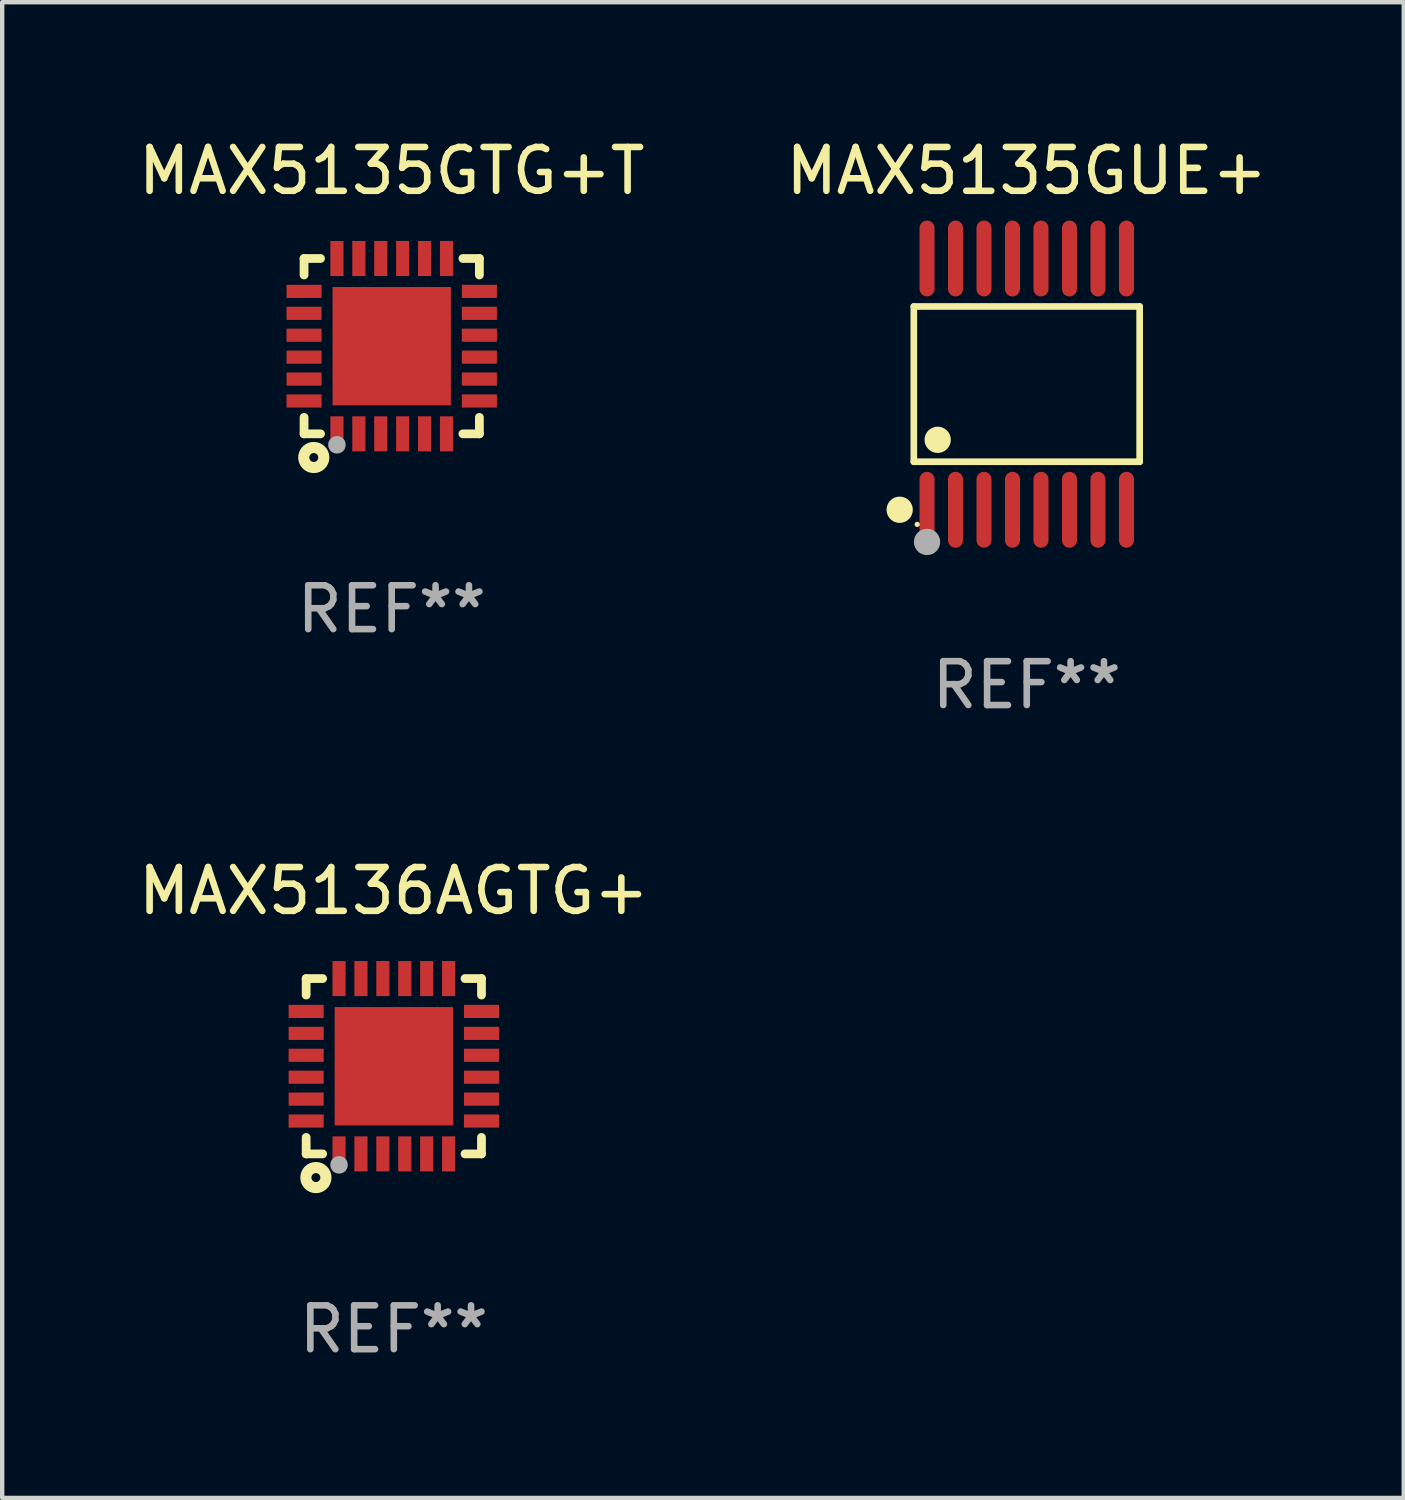
<source format=kicad_pcb>
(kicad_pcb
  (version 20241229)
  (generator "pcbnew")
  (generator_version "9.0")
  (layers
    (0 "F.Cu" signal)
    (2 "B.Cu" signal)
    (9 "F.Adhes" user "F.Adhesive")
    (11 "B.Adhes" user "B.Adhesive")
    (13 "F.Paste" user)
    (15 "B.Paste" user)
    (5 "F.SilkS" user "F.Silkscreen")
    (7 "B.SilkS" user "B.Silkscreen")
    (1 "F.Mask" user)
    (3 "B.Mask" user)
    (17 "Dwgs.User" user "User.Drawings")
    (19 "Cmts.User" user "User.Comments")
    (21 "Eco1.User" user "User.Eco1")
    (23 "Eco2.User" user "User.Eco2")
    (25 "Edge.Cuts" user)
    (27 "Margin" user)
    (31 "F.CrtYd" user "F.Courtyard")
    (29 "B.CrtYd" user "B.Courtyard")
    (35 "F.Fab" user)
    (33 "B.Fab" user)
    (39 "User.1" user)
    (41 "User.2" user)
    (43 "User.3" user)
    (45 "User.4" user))
  (footprint "MAX5135GTG+T"
    (layer "F.Cu")
    (at 5.887 4.848)
    (property "Reference" "MAX5135GTG+T" (at 0 -4 0) (layer "F.SilkS") (effects (font (size 1 1) (thickness 0.15))))
    (attr through_hole)
    (fp_line (start -2 -2) (end -1.624 -2) (stroke (width 0.2) (type solid)) (layer "F.SilkS"))
    (fp_line (start -2 -1.624) (end -2 -2) (stroke (width 0.2) (type solid)) (layer "F.SilkS"))
    (fp_line (start -2 2) (end -2 1.624) (stroke (width 0.2) (type solid)) (layer "F.SilkS"))
    (fp_line (start -2 2) (end -1.624 2) (stroke (width 0.2) (type solid)) (layer "F.SilkS"))
    (fp_line (start 1.624 -2) (end 2 -2) (stroke (width 0.2) (type solid)) (layer "F.SilkS"))
    (fp_line (start 1.624 2) (end 2 2) (stroke (width 0.2) (type solid)) (layer "F.SilkS"))
    (fp_line (start 2 -2) (end 2 -1.624) (stroke (width 0.2) (type solid)) (layer "F.SilkS"))
    (fp_line (start 2 1.624) (end 2 2) (stroke (width 0.2) (type solid)) (layer "F.SilkS"))
    (fp_circle (center -2 2) (end -1.97 2) (stroke (width 0.06) (type solid)) (fill no) (layer "F.SilkS"))
    (fp_circle (center -1.778 2.54) (end -1.676 2.54) (stroke (width 0.254) (type solid)) (fill no) (layer "F.SilkS"))
    (fp_circle (center -1.25 2.25) (end -1.15 2.25) (stroke (width 0.2) (type solid)) (fill no) (layer "F.Fab"))
    (fp_text user "REF**" (at 0 6 0) (layer "F.Fab") (effects (font (size 1 1) (thickness 0.15))))
    (pad "1" smd rect (at -1.25 2) (size 0.3 0.8) (layers "F.Cu" "F.Mask" "F.Paste"))
    (pad "2" smd rect (at -0.75 2) (size 0.3 0.8) (layers "F.Cu" "F.Mask" "F.Paste"))
    (pad "3" smd rect (at -0.25 2) (size 0.3 0.8) (layers "F.Cu" "F.Mask" "F.Paste"))
    (pad "4" smd rect (at 0.25 2) (size 0.3 0.8) (layers "F.Cu" "F.Mask" "F.Paste"))
    (pad "5" smd rect (at 0.75 2) (size 0.3 0.8) (layers "F.Cu" "F.Mask" "F.Paste"))
    (pad "6" smd rect (at 1.25 2) (size 0.3 0.8) (layers "F.Cu" "F.Mask" "F.Paste"))
    (pad "7" smd rect (at 2 1.25 90) (size 0.3 0.8) (layers "F.Cu" "F.Mask" "F.Paste"))
    (pad "8" smd rect (at 2 0.75 90) (size 0.3 0.8) (layers "F.Cu" "F.Mask" "F.Paste"))
    (pad "9" smd rect (at 2 0.25 90) (size 0.3 0.8) (layers "F.Cu" "F.Mask" "F.Paste"))
    (pad "10" smd rect (at 2 -0.25 90) (size 0.3 0.8) (layers "F.Cu" "F.Mask" "F.Paste"))
    (pad "11" smd rect (at 2 -0.75 90) (size 0.3 0.8) (layers "F.Cu" "F.Mask" "F.Paste"))
    (pad "12" smd rect (at 2 -1.25 90) (size 0.3 0.8) (layers "F.Cu" "F.Mask" "F.Paste"))
    (pad "13" smd rect (at 1.25 -2 180) (size 0.3 0.8) (layers "F.Cu" "F.Mask" "F.Paste"))
    (pad "14" smd rect (at 0.75 -2 180) (size 0.3 0.8) (layers "F.Cu" "F.Mask" "F.Paste"))
    (pad "15" smd rect (at 0.25 -2 180) (size 0.3 0.8) (layers "F.Cu" "F.Mask" "F.Paste"))
    (pad "16" smd rect (at -0.25 -2 180) (size 0.3 0.8) (layers "F.Cu" "F.Mask" "F.Paste"))
    (pad "17" smd rect (at -0.75 -2 180) (size 0.3 0.8) (layers "F.Cu" "F.Mask" "F.Paste"))
    (pad "18" smd rect (at -1.25 -2 180) (size 0.3 0.8) (layers "F.Cu" "F.Mask" "F.Paste"))
    (pad "19" smd rect (at -2 -1.25 270) (size 0.3 0.8) (layers "F.Cu" "F.Mask" "F.Paste"))
    (pad "20" smd rect (at -2 -0.75 270) (size 0.3 0.8) (layers "F.Cu" "F.Mask" "F.Paste"))
    (pad "21" smd rect (at -2 -0.25 270) (size 0.3 0.8) (layers "F.Cu" "F.Mask" "F.Paste"))
    (pad "22" smd rect (at -2 0.25 270) (size 0.3 0.8) (layers "F.Cu" "F.Mask" "F.Paste"))
    (pad "23" smd rect (at -2 0.75 270) (size 0.3 0.8) (layers "F.Cu" "F.Mask" "F.Paste"))
    (pad "24" smd rect (at -2 1.25 270) (size 0.3 0.8) (layers "F.Cu" "F.Mask" "F.Paste"))
    (pad "25" smd rect (at 0 0) (size 2.7 2.7) (layers "F.Cu" "F.Mask" "F.Paste")))
  (footprint "MAX5135GUE+"
    (layer "F.Cu")
    (at 20.375 5.714)
    (property "Reference" "MAX5135GUE+" (at 0 -4.866 0) (layer "F.SilkS") (effects (font (size 1 1) (thickness 0.15))))
    (attr through_hole)
    (fp_line (start -2.576 -1.772) (end 2.576 -1.772) (stroke (width 0.152) (type solid)) (layer "F.SilkS"))
    (fp_line (start -2.576 1.771) (end -2.576 -1.772) (stroke (width 0.152) (type solid)) (layer "F.SilkS"))
    (fp_line (start 2.576 -1.772) (end 2.576 1.771) (stroke (width 0.152) (type solid)) (layer "F.SilkS"))
    (fp_line (start 2.576 1.771) (end -2.576 1.771) (stroke (width 0.152) (type solid)) (layer "F.SilkS"))
    (fp_circle (center -2.899 2.866) (end -2.749 2.866) (stroke (width 0.3) (type solid)) (fill no) (layer "F.SilkS"))
    (fp_circle (center -2.5 3.2) (end -2.47 3.2) (stroke (width 0.06) (type solid)) (fill no) (layer "F.SilkS"))
    (fp_circle (center -2.032 1.27) (end -1.882 1.27) (stroke (width 0.3) (type solid)) (fill no) (layer "F.SilkS"))
    (fp_circle (center -2.275 3.6) (end -2.125 3.6) (stroke (width 0.3) (type solid)) (fill no) (layer "F.Fab"))
    (fp_text user "REF**" (at 0 6.866 0) (layer "F.Fab") (effects (font (size 1 1) (thickness 0.15))))
    (pad "1" smd oval (at -2.275 2.866) (size 0.343 1.731) (layers "F.Cu" "F.Mask" "F.Paste"))
    (pad "2" smd oval (at -1.625 2.866) (size 0.343 1.731) (layers "F.Cu" "F.Mask" "F.Paste"))
    (pad "3" smd oval (at -0.975 2.866) (size 0.343 1.731) (layers "F.Cu" "F.Mask" "F.Paste"))
    (pad "4" smd oval (at -0.325 2.866) (size 0.343 1.731) (layers "F.Cu" "F.Mask" "F.Paste"))
    (pad "5" smd oval (at 0.325 2.866) (size 0.343 1.731) (layers "F.Cu" "F.Mask" "F.Paste"))
    (pad "6" smd oval (at 0.975 2.866) (size 0.343 1.731) (layers "F.Cu" "F.Mask" "F.Paste"))
    (pad "7" smd oval (at 1.625 2.866) (size 0.343 1.731) (layers "F.Cu" "F.Mask" "F.Paste"))
    (pad "8" smd oval (at 2.275 2.866) (size 0.343 1.731) (layers "F.Cu" "F.Mask" "F.Paste"))
    (pad "9" smd oval (at 2.275 -2.866) (size 0.343 1.731) (layers "F.Cu" "F.Mask" "F.Paste"))
    (pad "10" smd oval (at 1.625 -2.866) (size 0.343 1.731) (layers "F.Cu" "F.Mask" "F.Paste"))
    (pad "11" smd oval (at 0.975 -2.866) (size 0.343 1.731) (layers "F.Cu" "F.Mask" "F.Paste"))
    (pad "12" smd oval (at 0.325 -2.866) (size 0.343 1.731) (layers "F.Cu" "F.Mask" "F.Paste"))
    (pad "13" smd oval (at -0.325 -2.866) (size 0.343 1.731) (layers "F.Cu" "F.Mask" "F.Paste"))
    (pad "14" smd oval (at -0.975 -2.866) (size 0.343 1.731) (layers "F.Cu" "F.Mask" "F.Paste"))
    (pad "15" smd oval (at -1.625 -2.866) (size 0.343 1.731) (layers "F.Cu" "F.Mask" "F.Paste"))
    (pad "16" smd oval (at -2.275 -2.866) (size 0.343 1.731) (layers "F.Cu" "F.Mask" "F.Paste")))
  (footprint "MAX5136AGTG+"
    (layer "F.Cu")
    (at 5.935 21.276)
    (property "Reference" "MAX5136AGTG+" (at 0 -4 0) (layer "F.SilkS") (effects (font (size 1 1) (thickness 0.15))))
    (attr through_hole)
    (fp_line (start -2 -2) (end -1.624 -2) (stroke (width 0.2) (type solid)) (layer "F.SilkS"))
    (fp_line (start -2 -1.624) (end -2 -2) (stroke (width 0.2) (type solid)) (layer "F.SilkS"))
    (fp_line (start -2 2) (end -2 1.624) (stroke (width 0.2) (type solid)) (layer "F.SilkS"))
    (fp_line (start -2 2) (end -1.624 2) (stroke (width 0.2) (type solid)) (layer "F.SilkS"))
    (fp_line (start 1.624 -2) (end 2 -2) (stroke (width 0.2) (type solid)) (layer "F.SilkS"))
    (fp_line (start 1.624 2) (end 2 2) (stroke (width 0.2) (type solid)) (layer "F.SilkS"))
    (fp_line (start 2 -2) (end 2 -1.624) (stroke (width 0.2) (type solid)) (layer "F.SilkS"))
    (fp_line (start 2 1.624) (end 2 2) (stroke (width 0.2) (type solid)) (layer "F.SilkS"))
    (fp_circle (center -2 2) (end -1.97 2) (stroke (width 0.06) (type solid)) (fill no) (layer "F.SilkS"))
    (fp_circle (center -1.778 2.54) (end -1.676 2.54) (stroke (width 0.254) (type solid)) (fill no) (layer "F.SilkS"))
    (fp_circle (center -1.25 2.25) (end -1.15 2.25) (stroke (width 0.2) (type solid)) (fill no) (layer "F.Fab"))
    (fp_text user "REF**" (at 0 6 0) (layer "F.Fab") (effects (font (size 1 1) (thickness 0.15))))
    (pad "1" smd rect (at -1.25 2) (size 0.3 0.8) (layers "F.Cu" "F.Mask" "F.Paste"))
    (pad "2" smd rect (at -0.75 2) (size 0.3 0.8) (layers "F.Cu" "F.Mask" "F.Paste"))
    (pad "3" smd rect (at -0.25 2) (size 0.3 0.8) (layers "F.Cu" "F.Mask" "F.Paste"))
    (pad "4" smd rect (at 0.25 2) (size 0.3 0.8) (layers "F.Cu" "F.Mask" "F.Paste"))
    (pad "5" smd rect (at 0.75 2) (size 0.3 0.8) (layers "F.Cu" "F.Mask" "F.Paste"))
    (pad "6" smd rect (at 1.25 2) (size 0.3 0.8) (layers "F.Cu" "F.Mask" "F.Paste"))
    (pad "7" smd rect (at 2 1.25 90) (size 0.3 0.8) (layers "F.Cu" "F.Mask" "F.Paste"))
    (pad "8" smd rect (at 2 0.75 90) (size 0.3 0.8) (layers "F.Cu" "F.Mask" "F.Paste"))
    (pad "9" smd rect (at 2 0.25 90) (size 0.3 0.8) (layers "F.Cu" "F.Mask" "F.Paste"))
    (pad "10" smd rect (at 2 -0.25 90) (size 0.3 0.8) (layers "F.Cu" "F.Mask" "F.Paste"))
    (pad "11" smd rect (at 2 -0.75 90) (size 0.3 0.8) (layers "F.Cu" "F.Mask" "F.Paste"))
    (pad "12" smd rect (at 2 -1.25 90) (size 0.3 0.8) (layers "F.Cu" "F.Mask" "F.Paste"))
    (pad "13" smd rect (at 1.25 -2 180) (size 0.3 0.8) (layers "F.Cu" "F.Mask" "F.Paste"))
    (pad "14" smd rect (at 0.75 -2 180) (size 0.3 0.8) (layers "F.Cu" "F.Mask" "F.Paste"))
    (pad "15" smd rect (at 0.25 -2 180) (size 0.3 0.8) (layers "F.Cu" "F.Mask" "F.Paste"))
    (pad "16" smd rect (at -0.25 -2 180) (size 0.3 0.8) (layers "F.Cu" "F.Mask" "F.Paste"))
    (pad "17" smd rect (at -0.75 -2 180) (size 0.3 0.8) (layers "F.Cu" "F.Mask" "F.Paste"))
    (pad "18" smd rect (at -1.25 -2 180) (size 0.3 0.8) (layers "F.Cu" "F.Mask" "F.Paste"))
    (pad "19" smd rect (at -2 -1.25 270) (size 0.3 0.8) (layers "F.Cu" "F.Mask" "F.Paste"))
    (pad "20" smd rect (at -2 -0.75 270) (size 0.3 0.8) (layers "F.Cu" "F.Mask" "F.Paste"))
    (pad "21" smd rect (at -2 -0.25 270) (size 0.3 0.8) (layers "F.Cu" "F.Mask" "F.Paste"))
    (pad "22" smd rect (at -2 0.25 270) (size 0.3 0.8) (layers "F.Cu" "F.Mask" "F.Paste"))
    (pad "23" smd rect (at -2 0.75 270) (size 0.3 0.8) (layers "F.Cu" "F.Mask" "F.Paste"))
    (pad "24" smd rect (at -2 1.25 270) (size 0.3 0.8) (layers "F.Cu" "F.Mask" "F.Paste"))
    (pad "25" smd rect (at 0 0) (size 2.7 2.7) (layers "F.Cu" "F.Mask" "F.Paste")))
  (gr_rect
    (start -3 -3)
    (end 28.976 31.125)
    (stroke (width 0.1) (type default))
    (fill no)
    (layer "Edge.Cuts")))
</source>
